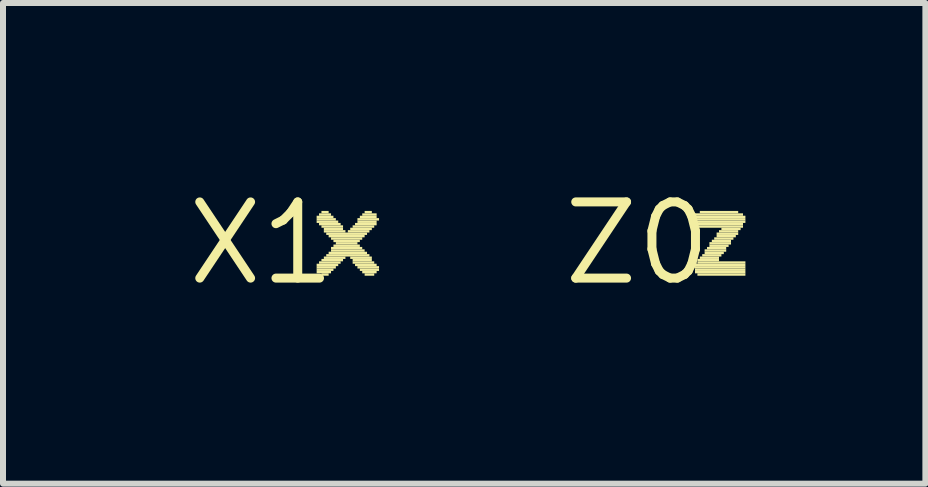
<source format=kicad_pcb>
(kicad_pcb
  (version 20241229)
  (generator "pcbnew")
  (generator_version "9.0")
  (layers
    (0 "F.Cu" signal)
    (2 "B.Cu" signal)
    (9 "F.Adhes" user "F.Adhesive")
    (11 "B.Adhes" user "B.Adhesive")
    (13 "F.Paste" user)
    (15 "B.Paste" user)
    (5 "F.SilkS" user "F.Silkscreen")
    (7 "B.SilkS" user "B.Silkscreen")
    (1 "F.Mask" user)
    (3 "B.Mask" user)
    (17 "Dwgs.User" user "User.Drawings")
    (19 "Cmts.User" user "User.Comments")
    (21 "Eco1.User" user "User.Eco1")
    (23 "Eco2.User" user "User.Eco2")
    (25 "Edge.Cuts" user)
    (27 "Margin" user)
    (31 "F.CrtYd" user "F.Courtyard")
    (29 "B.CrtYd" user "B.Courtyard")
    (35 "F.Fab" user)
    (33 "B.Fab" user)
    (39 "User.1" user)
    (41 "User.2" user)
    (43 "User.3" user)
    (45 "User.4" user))
  (footprint "Z0"
    (layer "F.Cu")
    (at 7.575 1.006)
    (property "Reference" "Z0" (at 0 0 0) (layer "F.SilkS") (effects (font (size 1.27 1.27) (thickness 0.15))))
    (fp_poly (pts (xy 0.96 -0.46) (xy 1.76 -0.46) (xy 1.76 -0.5) (xy 0.96 -0.5)) (stroke (width 0) (type default)) (fill yes) (layer "F.SilkS"))
    (fp_poly (pts (xy 0.96 -0.42) (xy 1.8 -0.42) (xy 1.8 -0.46) (xy 0.96 -0.46)) (stroke (width 0) (type default)) (fill yes) (layer "F.SilkS"))
    (fp_poly (pts (xy 0.96 -0.38) (xy 1.8 -0.38) (xy 1.8 -0.42) (xy 0.96 -0.42)) (stroke (width 0) (type default)) (fill yes) (layer "F.SilkS"))
    (fp_poly (pts (xy 0.96 -0.34) (xy 1.8 -0.34) (xy 1.8 -0.38) (xy 0.96 -0.38)) (stroke (width 0) (type default)) (fill yes) (layer "F.SilkS"))
    (fp_poly (pts (xy 0.96 -0.3) (xy 1.76 -0.3) (xy 1.76 -0.34) (xy 0.96 -0.34)) (stroke (width 0) (type default)) (fill yes) (layer "F.SilkS"))
    (fp_poly (pts (xy 0.96 0.38) (xy 1.8 0.38) (xy 1.8 0.34) (xy 0.96 0.34)) (stroke (width 0) (type default)) (fill yes) (layer "F.SilkS"))
    (fp_poly (pts (xy 0.96 0.42) (xy 1.8 0.42) (xy 1.8 0.38) (xy 0.96 0.38)) (stroke (width 0) (type default)) (fill yes) (layer "F.SilkS"))
    (fp_poly (pts (xy 0.96 0.46) (xy 1.8 0.46) (xy 1.8 0.42) (xy 0.96 0.42)) (stroke (width 0) (type default)) (fill yes) (layer "F.SilkS"))
    (fp_poly (pts (xy 0.96 0.5) (xy 1.8 0.5) (xy 1.8 0.46) (xy 0.96 0.46)) (stroke (width 0) (type default)) (fill yes) (layer "F.SilkS"))
    (fp_poly (pts (xy 1 -0.26) (xy 1.76 -0.26) (xy 1.76 -0.3) (xy 1 -0.3)) (stroke (width 0) (type default)) (fill yes) (layer "F.SilkS"))
    (fp_poly (pts (xy 1 0.3) (xy 1.36 0.3) (xy 1.36 0.26) (xy 1 0.26)) (stroke (width 0) (type default)) (fill yes) (layer "F.SilkS"))
    (fp_poly (pts (xy 1 0.34) (xy 1.8 0.34) (xy 1.8 0.3) (xy 1 0.3)) (stroke (width 0) (type default)) (fill yes) (layer "F.SilkS"))
    (fp_poly (pts (xy 1 0.54) (xy 1.8 0.54) (xy 1.8 0.5) (xy 1 0.5)) (stroke (width 0) (type default)) (fill yes) (layer "F.SilkS"))
    (fp_poly (pts (xy 1.04 -0.5) (xy 1.68 -0.5) (xy 1.68 -0.54) (xy 1.04 -0.54)) (stroke (width 0) (type default)) (fill yes) (layer "F.SilkS"))
    (fp_poly (pts (xy 1.04 0.26) (xy 1.36 0.26) (xy 1.36 0.22) (xy 1.04 0.22)) (stroke (width 0) (type default)) (fill yes) (layer "F.SilkS"))
    (fp_poly (pts (xy 1.08 0.22) (xy 1.4 0.22) (xy 1.4 0.18) (xy 1.08 0.18)) (stroke (width 0) (type default)) (fill yes) (layer "F.SilkS"))
    (fp_poly (pts (xy 1.12 0.14) (xy 1.48 0.14) (xy 1.48 0.1) (xy 1.12 0.1)) (stroke (width 0) (type default)) (fill yes) (layer "F.SilkS"))
    (fp_poly (pts (xy 1.12 0.18) (xy 1.44 0.18) (xy 1.44 0.14) (xy 1.12 0.14)) (stroke (width 0) (type default)) (fill yes) (layer "F.SilkS"))
    (fp_poly (pts (xy 1.16 0.1) (xy 1.48 0.1) (xy 1.48 0.06) (xy 1.16 0.06)) (stroke (width 0) (type default)) (fill yes) (layer "F.SilkS"))
    (fp_poly (pts (xy 1.2 0.02) (xy 1.56 0.02) (xy 1.56 -0.02) (xy 1.2 -0.02)) (stroke (width 0) (type default)) (fill yes) (layer "F.SilkS"))
    (fp_poly (pts (xy 1.2 0.06) (xy 1.52 0.06) (xy 1.52 0.02) (xy 1.2 0.02)) (stroke (width 0) (type default)) (fill yes) (layer "F.SilkS"))
    (fp_poly (pts (xy 1.24 -0.02) (xy 1.56 -0.02) (xy 1.56 -0.06) (xy 1.24 -0.06)) (stroke (width 0) (type default)) (fill yes) (layer "F.SilkS"))
    (fp_poly (pts (xy 1.28 -0.06) (xy 1.6 -0.06) (xy 1.6 -0.1) (xy 1.28 -0.1)) (stroke (width 0) (type default)) (fill yes) (layer "F.SilkS"))
    (fp_poly (pts (xy 1.32 -0.14) (xy 1.68 -0.14) (xy 1.68 -0.18) (xy 1.32 -0.18)) (stroke (width 0) (type default)) (fill yes) (layer "F.SilkS"))
    (fp_poly (pts (xy 1.32 -0.1) (xy 1.64 -0.1) (xy 1.64 -0.14) (xy 1.32 -0.14)) (stroke (width 0) (type default)) (fill yes) (layer "F.SilkS"))
    (fp_poly (pts (xy 1.36 -0.18) (xy 1.68 -0.18) (xy 1.68 -0.22) (xy 1.36 -0.22)) (stroke (width 0) (type default)) (fill yes) (layer "F.SilkS"))
    (fp_poly (pts (xy 1.4 -0.22) (xy 1.72 -0.22) (xy 1.72 -0.26) (xy 1.4 -0.26)) (stroke (width 0) (type default)) (fill yes) (layer "F.SilkS")))
  (footprint "X1"
    (layer "F.Cu")
    (at 1.308 1.006)
    (property "Reference" "X1" (at 0 0 0) (layer "F.SilkS") (effects (font (size 1.27 1.27) (thickness 0.15))))
    (fp_poly (pts (xy 0.92 -0.42) (xy 1.2 -0.42) (xy 1.2 -0.46) (xy 0.92 -0.46)) (stroke (width 0) (type default)) (fill yes) (layer "F.SilkS"))
    (fp_poly (pts (xy 0.92 -0.38) (xy 1.24 -0.38) (xy 1.24 -0.42) (xy 0.92 -0.42)) (stroke (width 0) (type default)) (fill yes) (layer "F.SilkS"))
    (fp_poly (pts (xy 0.92 -0.34) (xy 1.28 -0.34) (xy 1.28 -0.38) (xy 0.92 -0.38)) (stroke (width 0) (type default)) (fill yes) (layer "F.SilkS"))
    (fp_poly (pts (xy 0.92 0.38) (xy 1.28 0.38) (xy 1.28 0.34) (xy 0.92 0.34)) (stroke (width 0) (type default)) (fill yes) (layer "F.SilkS"))
    (fp_poly (pts (xy 0.92 0.42) (xy 1.24 0.42) (xy 1.24 0.38) (xy 0.92 0.38)) (stroke (width 0) (type default)) (fill yes) (layer "F.SilkS"))
    (fp_poly (pts (xy 0.92 0.46) (xy 1.2 0.46) (xy 1.2 0.42) (xy 0.92 0.42)) (stroke (width 0) (type default)) (fill yes) (layer "F.SilkS"))
    (fp_poly (pts (xy 0.92 0.5) (xy 1.16 0.5) (xy 1.16 0.46) (xy 0.92 0.46)) (stroke (width 0) (type default)) (fill yes) (layer "F.SilkS"))
    (fp_poly (pts (xy 0.96 -0.46) (xy 1.16 -0.46) (xy 1.16 -0.5) (xy 0.96 -0.5)) (stroke (width 0) (type default)) (fill yes) (layer "F.SilkS"))
    (fp_poly (pts (xy 0.96 -0.3) (xy 1.32 -0.3) (xy 1.32 -0.34) (xy 0.96 -0.34)) (stroke (width 0) (type default)) (fill yes) (layer "F.SilkS"))
    (fp_poly (pts (xy 0.96 0.34) (xy 1.32 0.34) (xy 1.32 0.3) (xy 0.96 0.3)) (stroke (width 0) (type default)) (fill yes) (layer "F.SilkS"))
    (fp_poly (pts (xy 1 -0.5) (xy 1.12 -0.5) (xy 1.12 -0.54) (xy 1 -0.54)) (stroke (width 0) (type default)) (fill yes) (layer "F.SilkS"))
    (fp_poly (pts (xy 1 -0.26) (xy 1.36 -0.26) (xy 1.36 -0.3) (xy 1 -0.3)) (stroke (width 0) (type default)) (fill yes) (layer "F.SilkS"))
    (fp_poly (pts (xy 1 0.3) (xy 1.36 0.3) (xy 1.36 0.26) (xy 1 0.26)) (stroke (width 0) (type default)) (fill yes) (layer "F.SilkS"))
    (fp_poly (pts (xy 1 0.54) (xy 1.12 0.54) (xy 1.12 0.5) (xy 1 0.5)) (stroke (width 0) (type default)) (fill yes) (layer "F.SilkS"))
    (fp_poly (pts (xy 1.04 -0.22) (xy 1.36 -0.22) (xy 1.36 -0.26) (xy 1.04 -0.26)) (stroke (width 0) (type default)) (fill yes) (layer "F.SilkS"))
    (fp_poly (pts (xy 1.04 -0.18) (xy 1.4 -0.18) (xy 1.4 -0.22) (xy 1.04 -0.22)) (stroke (width 0) (type default)) (fill yes) (layer "F.SilkS"))
    (fp_poly (pts (xy 1.04 0.26) (xy 1.4 0.26) (xy 1.4 0.22) (xy 1.04 0.22)) (stroke (width 0) (type default)) (fill yes) (layer "F.SilkS"))
    (fp_poly (pts (xy 1.08 -0.14) (xy 1.76 -0.14) (xy 1.76 -0.18) (xy 1.08 -0.18)) (stroke (width 0) (type default)) (fill yes) (layer "F.SilkS"))
    (fp_poly (pts (xy 1.08 0.22) (xy 1.8 0.22) (xy 1.8 0.18) (xy 1.08 0.18)) (stroke (width 0) (type default)) (fill yes) (layer "F.SilkS"))
    (fp_poly (pts (xy 1.12 -0.1) (xy 1.72 -0.1) (xy 1.72 -0.14) (xy 1.12 -0.14)) (stroke (width 0) (type default)) (fill yes) (layer "F.SilkS"))
    (fp_poly (pts (xy 1.12 0.18) (xy 1.76 0.18) (xy 1.76 0.14) (xy 1.12 0.14)) (stroke (width 0) (type default)) (fill yes) (layer "F.SilkS"))
    (fp_poly (pts (xy 1.16 -0.06) (xy 1.68 -0.06) (xy 1.68 -0.1) (xy 1.16 -0.1)) (stroke (width 0) (type default)) (fill yes) (layer "F.SilkS"))
    (fp_poly (pts (xy 1.16 0.1) (xy 1.68 0.1) (xy 1.68 0.06) (xy 1.16 0.06)) (stroke (width 0) (type default)) (fill yes) (layer "F.SilkS"))
    (fp_poly (pts (xy 1.16 0.14) (xy 1.72 0.14) (xy 1.72 0.1) (xy 1.16 0.1)) (stroke (width 0) (type default)) (fill yes) (layer "F.SilkS"))
    (fp_poly (pts (xy 1.2 -0.02) (xy 1.64 -0.02) (xy 1.64 -0.06) (xy 1.2 -0.06)) (stroke (width 0) (type default)) (fill yes) (layer "F.SilkS"))
    (fp_poly (pts (xy 1.2 0.06) (xy 1.64 0.06) (xy 1.64 0.02) (xy 1.2 0.02)) (stroke (width 0) (type default)) (fill yes) (layer "F.SilkS"))
    (fp_poly (pts (xy 1.24 0.02) (xy 1.6 0.02) (xy 1.6 -0.02) (xy 1.24 -0.02)) (stroke (width 0) (type default)) (fill yes) (layer "F.SilkS"))
    (fp_poly (pts (xy 1.44 -0.18) (xy 1.8 -0.18) (xy 1.8 -0.22) (xy 1.44 -0.22)) (stroke (width 0) (type default)) (fill yes) (layer "F.SilkS"))
    (fp_poly (pts (xy 1.48 -0.22) (xy 1.84 -0.22) (xy 1.84 -0.26) (xy 1.48 -0.26)) (stroke (width 0) (type default)) (fill yes) (layer "F.SilkS"))
    (fp_poly (pts (xy 1.48 0.26) (xy 1.84 0.26) (xy 1.84 0.22) (xy 1.48 0.22)) (stroke (width 0) (type default)) (fill yes) (layer "F.SilkS"))
    (fp_poly (pts (xy 1.52 -0.26) (xy 1.88 -0.26) (xy 1.88 -0.3) (xy 1.52 -0.3)) (stroke (width 0) (type default)) (fill yes) (layer "F.SilkS"))
    (fp_poly (pts (xy 1.52 0.3) (xy 1.84 0.3) (xy 1.84 0.26) (xy 1.52 0.26)) (stroke (width 0) (type default)) (fill yes) (layer "F.SilkS"))
    (fp_poly (pts (xy 1.52 0.34) (xy 1.88 0.34) (xy 1.88 0.3) (xy 1.52 0.3)) (stroke (width 0) (type default)) (fill yes) (layer "F.SilkS"))
    (fp_poly (pts (xy 1.56 -0.3) (xy 1.92 -0.3) (xy 1.92 -0.34) (xy 1.56 -0.34)) (stroke (width 0) (type default)) (fill yes) (layer "F.SilkS"))
    (fp_poly (pts (xy 1.56 0.38) (xy 1.92 0.38) (xy 1.92 0.34) (xy 1.56 0.34)) (stroke (width 0) (type default)) (fill yes) (layer "F.SilkS"))
    (fp_poly (pts (xy 1.6 -0.38) (xy 1.96 -0.38) (xy 1.96 -0.42) (xy 1.6 -0.42)) (stroke (width 0) (type default)) (fill yes) (layer "F.SilkS"))
    (fp_poly (pts (xy 1.6 -0.34) (xy 1.92 -0.34) (xy 1.92 -0.38) (xy 1.6 -0.38)) (stroke (width 0) (type default)) (fill yes) (layer "F.SilkS"))
    (fp_poly (pts (xy 1.6 0.42) (xy 1.96 0.42) (xy 1.96 0.38) (xy 1.6 0.38)) (stroke (width 0) (type default)) (fill yes) (layer "F.SilkS"))
    (fp_poly (pts (xy 1.64 -0.42) (xy 1.92 -0.42) (xy 1.92 -0.46) (xy 1.64 -0.46)) (stroke (width 0) (type default)) (fill yes) (layer "F.SilkS"))
    (fp_poly (pts (xy 1.64 0.46) (xy 1.96 0.46) (xy 1.96 0.42) (xy 1.64 0.42)) (stroke (width 0) (type default)) (fill yes) (layer "F.SilkS"))
    (fp_poly (pts (xy 1.68 -0.46) (xy 1.92 -0.46) (xy 1.92 -0.5) (xy 1.68 -0.5)) (stroke (width 0) (type default)) (fill yes) (layer "F.SilkS"))
    (fp_poly (pts (xy 1.68 0.5) (xy 1.92 0.5) (xy 1.92 0.46) (xy 1.68 0.46)) (stroke (width 0) (type default)) (fill yes) (layer "F.SilkS"))
    (fp_poly (pts (xy 1.72 -0.5) (xy 1.84 -0.5) (xy 1.84 -0.54) (xy 1.72 -0.54)) (stroke (width 0) (type default)) (fill yes) (layer "F.SilkS"))
    (fp_poly (pts (xy 1.72 0.54) (xy 1.88 0.54) (xy 1.88 0.5) (xy 1.72 0.5)) (stroke (width 0) (type default)) (fill yes) (layer "F.SilkS")))
  (gr_rect
    (start -3 -3)
    (end 12.375 5.012)
    (stroke (width 0.1) (type default))
    (fill no)
    (layer "Edge.Cuts")))
</source>
